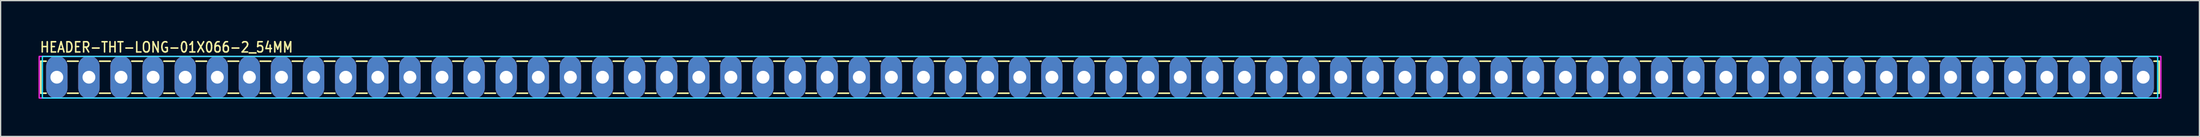
<source format=kicad_pcb>
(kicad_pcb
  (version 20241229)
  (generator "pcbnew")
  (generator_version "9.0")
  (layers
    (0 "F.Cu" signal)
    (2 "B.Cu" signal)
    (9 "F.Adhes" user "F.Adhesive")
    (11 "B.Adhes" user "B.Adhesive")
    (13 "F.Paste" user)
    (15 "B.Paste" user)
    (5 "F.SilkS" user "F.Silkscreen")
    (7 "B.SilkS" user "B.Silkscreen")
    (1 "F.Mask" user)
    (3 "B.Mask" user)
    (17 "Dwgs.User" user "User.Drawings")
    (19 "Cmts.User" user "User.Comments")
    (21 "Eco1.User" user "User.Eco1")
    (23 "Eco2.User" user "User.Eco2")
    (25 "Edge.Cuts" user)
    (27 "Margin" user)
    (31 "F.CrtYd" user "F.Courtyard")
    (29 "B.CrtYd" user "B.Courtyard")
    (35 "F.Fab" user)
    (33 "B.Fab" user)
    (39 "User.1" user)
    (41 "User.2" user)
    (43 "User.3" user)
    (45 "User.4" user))
  (footprint "HEADER-THT-LONG-01X066-2_54MM"
    (layer "F.Cu")
    (at 1.447 3.079)
    (property "Reference" "HEADER-THT-LONG-01X066-2_54MM" (at -1.4 -1.9 0) (unlocked yes) (layer "F.SilkS") (effects (font (size 0.813 0.695) (thickness 0.122)) (justify left bottom)))
    (fp_line (start -1.27 -1.27) (end -1.27 1.27) (stroke (width 0.127) (type solid)) (layer "F.SilkS"))
    (fp_line (start -1.27 1.27) (end -0.85 1.27) (stroke (width 0.127) (type solid)) (layer "F.SilkS"))
    (fp_line (start -0.85 -1.27) (end -1.27 -1.27) (stroke (width 0.127) (type solid)) (layer "F.SilkS"))
    (fp_line (start 0.85 -1.27) (end 1.69 -1.27) (stroke (width 0.127) (type solid)) (layer "F.SilkS"))
    (fp_line (start 0.85 1.27) (end 1.69 1.27) (stroke (width 0.127) (type solid)) (layer "F.SilkS"))
    (fp_line (start 3.39 -1.27) (end 4.23 -1.27) (stroke (width 0.127) (type solid)) (layer "F.SilkS"))
    (fp_line (start 3.39 1.27) (end 4.23 1.27) (stroke (width 0.127) (type solid)) (layer "F.SilkS"))
    (fp_line (start 5.93 -1.27) (end 6.77 -1.27) (stroke (width 0.127) (type solid)) (layer "F.SilkS"))
    (fp_line (start 5.93 1.27) (end 6.77 1.27) (stroke (width 0.127) (type solid)) (layer "F.SilkS"))
    (fp_line (start 8.47 -1.27) (end 9.31 -1.27) (stroke (width 0.127) (type solid)) (layer "F.SilkS"))
    (fp_line (start 8.47 1.27) (end 9.31 1.27) (stroke (width 0.127) (type solid)) (layer "F.SilkS"))
    (fp_line (start 11.01 -1.27) (end 11.85 -1.27) (stroke (width 0.127) (type solid)) (layer "F.SilkS"))
    (fp_line (start 11.01 1.27) (end 11.85 1.27) (stroke (width 0.127) (type solid)) (layer "F.SilkS"))
    (fp_line (start 13.55 -1.27) (end 14.39 -1.27) (stroke (width 0.127) (type solid)) (layer "F.SilkS"))
    (fp_line (start 13.55 1.27) (end 14.39 1.27) (stroke (width 0.127) (type solid)) (layer "F.SilkS"))
    (fp_line (start 16.09 -1.27) (end 16.93 -1.27) (stroke (width 0.127) (type solid)) (layer "F.SilkS"))
    (fp_line (start 16.09 1.27) (end 16.93 1.27) (stroke (width 0.127) (type solid)) (layer "F.SilkS"))
    (fp_line (start 18.63 -1.27) (end 19.47 -1.27) (stroke (width 0.127) (type solid)) (layer "F.SilkS"))
    (fp_line (start 18.63 1.27) (end 19.47 1.27) (stroke (width 0.127) (type solid)) (layer "F.SilkS"))
    (fp_line (start 21.17 -1.27) (end 22.01 -1.27) (stroke (width 0.127) (type solid)) (layer "F.SilkS"))
    (fp_line (start 21.17 1.27) (end 22.01 1.27) (stroke (width 0.127) (type solid)) (layer "F.SilkS"))
    (fp_line (start 23.71 -1.27) (end 24.55 -1.27) (stroke (width 0.127) (type solid)) (layer "F.SilkS"))
    (fp_line (start 23.71 1.27) (end 24.55 1.27) (stroke (width 0.127) (type solid)) (layer "F.SilkS"))
    (fp_line (start 26.25 -1.27) (end 27.09 -1.27) (stroke (width 0.127) (type solid)) (layer "F.SilkS"))
    (fp_line (start 26.25 1.27) (end 27.09 1.27) (stroke (width 0.127) (type solid)) (layer "F.SilkS"))
    (fp_line (start 28.79 -1.27) (end 29.63 -1.27) (stroke (width 0.127) (type solid)) (layer "F.SilkS"))
    (fp_line (start 28.79 1.27) (end 29.63 1.27) (stroke (width 0.127) (type solid)) (layer "F.SilkS"))
    (fp_line (start 31.33 -1.27) (end 32.17 -1.27) (stroke (width 0.127) (type solid)) (layer "F.SilkS"))
    (fp_line (start 31.33 1.27) (end 32.17 1.27) (stroke (width 0.127) (type solid)) (layer "F.SilkS"))
    (fp_line (start 33.87 -1.27) (end 34.71 -1.27) (stroke (width 0.127) (type solid)) (layer "F.SilkS"))
    (fp_line (start 33.87 1.27) (end 34.71 1.27) (stroke (width 0.127) (type solid)) (layer "F.SilkS"))
    (fp_line (start 36.41 -1.27) (end 37.25 -1.27) (stroke (width 0.127) (type solid)) (layer "F.SilkS"))
    (fp_line (start 36.41 1.27) (end 37.25 1.27) (stroke (width 0.127) (type solid)) (layer "F.SilkS"))
    (fp_line (start 38.95 -1.27) (end 39.79 -1.27) (stroke (width 0.127) (type solid)) (layer "F.SilkS"))
    (fp_line (start 38.95 1.27) (end 39.79 1.27) (stroke (width 0.127) (type solid)) (layer "F.SilkS"))
    (fp_line (start 41.49 -1.27) (end 42.33 -1.27) (stroke (width 0.127) (type solid)) (layer "F.SilkS"))
    (fp_line (start 41.49 1.27) (end 42.33 1.27) (stroke (width 0.127) (type solid)) (layer "F.SilkS"))
    (fp_line (start 44.03 -1.27) (end 44.87 -1.27) (stroke (width 0.127) (type solid)) (layer "F.SilkS"))
    (fp_line (start 44.03 1.27) (end 44.87 1.27) (stroke (width 0.127) (type solid)) (layer "F.SilkS"))
    (fp_line (start 46.57 -1.27) (end 47.41 -1.27) (stroke (width 0.127) (type solid)) (layer "F.SilkS"))
    (fp_line (start 46.57 1.27) (end 47.41 1.27) (stroke (width 0.127) (type solid)) (layer "F.SilkS"))
    (fp_line (start 49.11 -1.27) (end 49.95 -1.27) (stroke (width 0.127) (type solid)) (layer "F.SilkS"))
    (fp_line (start 49.11 1.27) (end 49.95 1.27) (stroke (width 0.127) (type solid)) (layer "F.SilkS"))
    (fp_line (start 51.65 -1.27) (end 52.49 -1.27) (stroke (width 0.127) (type solid)) (layer "F.SilkS"))
    (fp_line (start 51.65 1.27) (end 52.49 1.27) (stroke (width 0.127) (type solid)) (layer "F.SilkS"))
    (fp_line (start 54.19 -1.27) (end 55.03 -1.27) (stroke (width 0.127) (type solid)) (layer "F.SilkS"))
    (fp_line (start 54.19 1.27) (end 55.03 1.27) (stroke (width 0.127) (type solid)) (layer "F.SilkS"))
    (fp_line (start 56.73 -1.27) (end 57.57 -1.27) (stroke (width 0.127) (type solid)) (layer "F.SilkS"))
    (fp_line (start 56.73 1.27) (end 57.57 1.27) (stroke (width 0.127) (type solid)) (layer "F.SilkS"))
    (fp_line (start 59.27 -1.27) (end 60.11 -1.27) (stroke (width 0.127) (type solid)) (layer "F.SilkS"))
    (fp_line (start 59.27 1.27) (end 60.11 1.27) (stroke (width 0.127) (type solid)) (layer "F.SilkS"))
    (fp_line (start 61.81 -1.27) (end 62.65 -1.27) (stroke (width 0.127) (type solid)) (layer "F.SilkS"))
    (fp_line (start 61.81 1.27) (end 62.65 1.27) (stroke (width 0.127) (type solid)) (layer "F.SilkS"))
    (fp_line (start 64.35 -1.27) (end 65.19 -1.27) (stroke (width 0.127) (type solid)) (layer "F.SilkS"))
    (fp_line (start 64.35 1.27) (end 65.19 1.27) (stroke (width 0.127) (type solid)) (layer "F.SilkS"))
    (fp_line (start 66.89 -1.27) (end 67.73 -1.27) (stroke (width 0.127) (type solid)) (layer "F.SilkS"))
    (fp_line (start 66.89 1.27) (end 67.73 1.27) (stroke (width 0.127) (type solid)) (layer "F.SilkS"))
    (fp_line (start 69.43 -1.27) (end 70.27 -1.27) (stroke (width 0.127) (type solid)) (layer "F.SilkS"))
    (fp_line (start 69.43 1.27) (end 70.27 1.27) (stroke (width 0.127) (type solid)) (layer "F.SilkS"))
    (fp_line (start 71.97 -1.27) (end 72.81 -1.27) (stroke (width 0.127) (type solid)) (layer "F.SilkS"))
    (fp_line (start 71.97 1.27) (end 72.81 1.27) (stroke (width 0.127) (type solid)) (layer "F.SilkS"))
    (fp_line (start 74.51 -1.27) (end 75.35 -1.27) (stroke (width 0.127) (type solid)) (layer "F.SilkS"))
    (fp_line (start 74.51 1.27) (end 75.35 1.27) (stroke (width 0.127) (type solid)) (layer "F.SilkS"))
    (fp_line (start 77.05 -1.27) (end 77.89 -1.27) (stroke (width 0.127) (type solid)) (layer "F.SilkS"))
    (fp_line (start 77.05 1.27) (end 77.89 1.27) (stroke (width 0.127) (type solid)) (layer "F.SilkS"))
    (fp_line (start 79.59 -1.27) (end 80.43 -1.27) (stroke (width 0.127) (type solid)) (layer "F.SilkS"))
    (fp_line (start 79.59 1.27) (end 80.43 1.27) (stroke (width 0.127) (type solid)) (layer "F.SilkS"))
    (fp_line (start 82.13 -1.27) (end 82.97 -1.27) (stroke (width 0.127) (type solid)) (layer "F.SilkS"))
    (fp_line (start 82.13 1.27) (end 82.97 1.27) (stroke (width 0.127) (type solid)) (layer "F.SilkS"))
    (fp_line (start 84.67 -1.27) (end 85.51 -1.27) (stroke (width 0.127) (type solid)) (layer "F.SilkS"))
    (fp_line (start 84.67 1.27) (end 85.51 1.27) (stroke (width 0.127) (type solid)) (layer "F.SilkS"))
    (fp_line (start 87.21 -1.27) (end 88.05 -1.27) (stroke (width 0.127) (type solid)) (layer "F.SilkS"))
    (fp_line (start 87.21 1.27) (end 88.05 1.27) (stroke (width 0.127) (type solid)) (layer "F.SilkS"))
    (fp_line (start 89.75 -1.27) (end 90.59 -1.27) (stroke (width 0.127) (type solid)) (layer "F.SilkS"))
    (fp_line (start 89.75 1.27) (end 90.59 1.27) (stroke (width 0.127) (type solid)) (layer "F.SilkS"))
    (fp_line (start 92.29 -1.27) (end 93.13 -1.27) (stroke (width 0.127) (type solid)) (layer "F.SilkS"))
    (fp_line (start 92.29 1.27) (end 93.13 1.27) (stroke (width 0.127) (type solid)) (layer "F.SilkS"))
    (fp_line (start 94.83 -1.27) (end 95.67 -1.27) (stroke (width 0.127) (type solid)) (layer "F.SilkS"))
    (fp_line (start 94.83 1.27) (end 95.67 1.27) (stroke (width 0.127) (type solid)) (layer "F.SilkS"))
    (fp_line (start 97.37 -1.27) (end 98.21 -1.27) (stroke (width 0.127) (type solid)) (layer "F.SilkS"))
    (fp_line (start 97.37 1.27) (end 98.21 1.27) (stroke (width 0.127) (type solid)) (layer "F.SilkS"))
    (fp_line (start 99.91 -1.27) (end 100.75 -1.27) (stroke (width 0.127) (type solid)) (layer "F.SilkS"))
    (fp_line (start 99.91 1.27) (end 100.75 1.27) (stroke (width 0.127) (type solid)) (layer "F.SilkS"))
    (fp_line (start 102.45 -1.27) (end 103.29 -1.27) (stroke (width 0.127) (type solid)) (layer "F.SilkS"))
    (fp_line (start 102.45 1.27) (end 103.29 1.27) (stroke (width 0.127) (type solid)) (layer "F.SilkS"))
    (fp_line (start 104.99 -1.27) (end 105.83 -1.27) (stroke (width 0.127) (type solid)) (layer "F.SilkS"))
    (fp_line (start 104.99 1.27) (end 105.83 1.27) (stroke (width 0.127) (type solid)) (layer "F.SilkS"))
    (fp_line (start 107.53 -1.27) (end 108.37 -1.27) (stroke (width 0.127) (type solid)) (layer "F.SilkS"))
    (fp_line (start 107.53 1.27) (end 108.37 1.27) (stroke (width 0.127) (type solid)) (layer "F.SilkS"))
    (fp_line (start 110.07 -1.27) (end 110.91 -1.27) (stroke (width 0.127) (type solid)) (layer "F.SilkS"))
    (fp_line (start 110.07 1.27) (end 110.91 1.27) (stroke (width 0.127) (type solid)) (layer "F.SilkS"))
    (fp_line (start 112.61 -1.27) (end 113.45 -1.27) (stroke (width 0.127) (type solid)) (layer "F.SilkS"))
    (fp_line (start 112.61 1.27) (end 113.45 1.27) (stroke (width 0.127) (type solid)) (layer "F.SilkS"))
    (fp_line (start 115.15 -1.27) (end 115.99 -1.27) (stroke (width 0.127) (type solid)) (layer "F.SilkS"))
    (fp_line (start 115.15 1.27) (end 115.99 1.27) (stroke (width 0.127) (type solid)) (layer "F.SilkS"))
    (fp_line (start 117.69 -1.27) (end 118.53 -1.27) (stroke (width 0.127) (type solid)) (layer "F.SilkS"))
    (fp_line (start 117.69 1.27) (end 118.53 1.27) (stroke (width 0.127) (type solid)) (layer "F.SilkS"))
    (fp_line (start 120.23 -1.27) (end 121.07 -1.27) (stroke (width 0.127) (type solid)) (layer "F.SilkS"))
    (fp_line (start 120.23 1.27) (end 121.07 1.27) (stroke (width 0.127) (type solid)) (layer "F.SilkS"))
    (fp_line (start 122.77 -1.27) (end 123.61 -1.27) (stroke (width 0.127) (type solid)) (layer "F.SilkS"))
    (fp_line (start 122.77 1.27) (end 123.61 1.27) (stroke (width 0.127) (type solid)) (layer "F.SilkS"))
    (fp_line (start 125.31 -1.27) (end 126.15 -1.27) (stroke (width 0.127) (type solid)) (layer "F.SilkS"))
    (fp_line (start 125.31 1.27) (end 126.15 1.27) (stroke (width 0.127) (type solid)) (layer "F.SilkS"))
    (fp_line (start 127.85 -1.27) (end 128.69 -1.27) (stroke (width 0.127) (type solid)) (layer "F.SilkS"))
    (fp_line (start 127.85 1.27) (end 128.69 1.27) (stroke (width 0.127) (type solid)) (layer "F.SilkS"))
    (fp_line (start 130.39 -1.27) (end 131.23 -1.27) (stroke (width 0.127) (type solid)) (layer "F.SilkS"))
    (fp_line (start 130.39 1.27) (end 131.23 1.27) (stroke (width 0.127) (type solid)) (layer "F.SilkS"))
    (fp_line (start 132.93 -1.27) (end 133.77 -1.27) (stroke (width 0.127) (type solid)) (layer "F.SilkS"))
    (fp_line (start 132.93 1.27) (end 133.77 1.27) (stroke (width 0.127) (type solid)) (layer "F.SilkS"))
    (fp_line (start 135.47 -1.27) (end 136.31 -1.27) (stroke (width 0.127) (type solid)) (layer "F.SilkS"))
    (fp_line (start 135.47 1.27) (end 136.31 1.27) (stroke (width 0.127) (type solid)) (layer "F.SilkS"))
    (fp_line (start 138.01 -1.27) (end 138.85 -1.27) (stroke (width 0.127) (type solid)) (layer "F.SilkS"))
    (fp_line (start 138.01 1.27) (end 138.85 1.27) (stroke (width 0.127) (type solid)) (layer "F.SilkS"))
    (fp_line (start 140.55 -1.27) (end 141.39 -1.27) (stroke (width 0.127) (type solid)) (layer "F.SilkS"))
    (fp_line (start 140.55 1.27) (end 141.39 1.27) (stroke (width 0.127) (type solid)) (layer "F.SilkS"))
    (fp_line (start 143.09 -1.27) (end 143.93 -1.27) (stroke (width 0.127) (type solid)) (layer "F.SilkS"))
    (fp_line (start 143.09 1.27) (end 143.93 1.27) (stroke (width 0.127) (type solid)) (layer "F.SilkS"))
    (fp_line (start 145.63 -1.27) (end 146.47 -1.27) (stroke (width 0.127) (type solid)) (layer "F.SilkS"))
    (fp_line (start 145.63 1.27) (end 146.47 1.27) (stroke (width 0.127) (type solid)) (layer "F.SilkS"))
    (fp_line (start 148.17 -1.27) (end 149.01 -1.27) (stroke (width 0.127) (type solid)) (layer "F.SilkS"))
    (fp_line (start 148.17 1.27) (end 149.01 1.27) (stroke (width 0.127) (type solid)) (layer "F.SilkS"))
    (fp_line (start 150.71 -1.27) (end 151.55 -1.27) (stroke (width 0.127) (type solid)) (layer "F.SilkS"))
    (fp_line (start 150.71 1.27) (end 151.55 1.27) (stroke (width 0.127) (type solid)) (layer "F.SilkS"))
    (fp_line (start 153.25 -1.27) (end 154.09 -1.27) (stroke (width 0.127) (type solid)) (layer "F.SilkS"))
    (fp_line (start 153.25 1.27) (end 154.09 1.27) (stroke (width 0.127) (type solid)) (layer "F.SilkS"))
    (fp_line (start 155.79 -1.27) (end 156.63 -1.27) (stroke (width 0.127) (type solid)) (layer "F.SilkS"))
    (fp_line (start 155.79 1.27) (end 156.63 1.27) (stroke (width 0.127) (type solid)) (layer "F.SilkS"))
    (fp_line (start 158.33 -1.27) (end 159.17 -1.27) (stroke (width 0.127) (type solid)) (layer "F.SilkS"))
    (fp_line (start 158.33 1.27) (end 159.17 1.27) (stroke (width 0.127) (type solid)) (layer "F.SilkS"))
    (fp_line (start 160.87 -1.27) (end 161.71 -1.27) (stroke (width 0.127) (type solid)) (layer "F.SilkS"))
    (fp_line (start 160.87 1.27) (end 161.71 1.27) (stroke (width 0.127) (type solid)) (layer "F.SilkS"))
    (fp_line (start 163.41 -1.27) (end 164.25 -1.27) (stroke (width 0.127) (type solid)) (layer "F.SilkS"))
    (fp_line (start 163.41 1.27) (end 164.25 1.27) (stroke (width 0.127) (type solid)) (layer "F.SilkS"))
    (fp_line (start 165.95 -1.27) (end 166.37 -1.27) (stroke (width 0.127) (type solid)) (layer "F.SilkS"))
    (fp_line (start 166.37 -1.27) (end 166.37 1.27) (stroke (width 0.127) (type solid)) (layer "F.SilkS"))
    (fp_line (start 166.37 1.27) (end 165.95 1.27) (stroke (width 0.127) (type solid)) (layer "F.SilkS"))
    (fp_poly (pts (xy -1.143 -1.651) (xy 166.243 -1.651) (xy 166.243 1.651) (xy -1.143 1.651)) (stroke (width 0.1) (type solid)) (fill no) (layer "B.CrtYd"))
    (fp_poly (pts (xy -1.397 -1.651) (xy 166.497 -1.651) (xy 166.497 1.651) (xy -1.397 1.651)) (stroke (width 0.1) (type solid)) (fill no) (layer "F.CrtYd"))
    (pad "1" thru_hole oval (at 0 0 90) (size 3.387 1.693) (drill 1.016) (layers "*.Cu" "*.Mask"))
    (pad "2" thru_hole oval (at 2.54 0 90) (size 3.387 1.693) (drill 1.016) (layers "*.Cu" "*.Mask"))
    (pad "3" thru_hole oval (at 5.08 0 90) (size 3.387 1.693) (drill 1.016) (layers "*.Cu" "*.Mask"))
    (pad "4" thru_hole oval (at 7.62 0 90) (size 3.387 1.693) (drill 1.016) (layers "*.Cu" "*.Mask"))
    (pad "5" thru_hole oval (at 10.16 0 90) (size 3.387 1.693) (drill 1.016) (layers "*.Cu" "*.Mask"))
    (pad "6" thru_hole oval (at 12.7 0 90) (size 3.387 1.693) (drill 1.016) (layers "*.Cu" "*.Mask"))
    (pad "7" thru_hole oval (at 15.24 0 90) (size 3.387 1.693) (drill 1.016) (layers "*.Cu" "*.Mask"))
    (pad "8" thru_hole oval (at 17.78 0 90) (size 3.387 1.693) (drill 1.016) (layers "*.Cu" "*.Mask"))
    (pad "9" thru_hole oval (at 20.32 0 90) (size 3.387 1.693) (drill 1.016) (layers "*.Cu" "*.Mask"))
    (pad "10" thru_hole oval (at 22.86 0 90) (size 3.387 1.693) (drill 1.016) (layers "*.Cu" "*.Mask"))
    (pad "11" thru_hole oval (at 25.4 0 90) (size 3.387 1.693) (drill 1.016) (layers "*.Cu" "*.Mask"))
    (pad "12" thru_hole oval (at 27.94 0 90) (size 3.387 1.693) (drill 1.016) (layers "*.Cu" "*.Mask"))
    (pad "13" thru_hole oval (at 30.48 0 90) (size 3.387 1.693) (drill 1.016) (layers "*.Cu" "*.Mask"))
    (pad "14" thru_hole oval (at 33.02 0 90) (size 3.387 1.693) (drill 1.016) (layers "*.Cu" "*.Mask"))
    (pad "15" thru_hole oval (at 35.56 0 90) (size 3.387 1.693) (drill 1.016) (layers "*.Cu" "*.Mask"))
    (pad "16" thru_hole oval (at 38.1 0 90) (size 3.387 1.693) (drill 1.016) (layers "*.Cu" "*.Mask"))
    (pad "17" thru_hole oval (at 40.64 0 90) (size 3.387 1.693) (drill 1.016) (layers "*.Cu" "*.Mask"))
    (pad "18" thru_hole oval (at 43.18 0 90) (size 3.387 1.693) (drill 1.016) (layers "*.Cu" "*.Mask"))
    (pad "19" thru_hole oval (at 45.72 0 90) (size 3.387 1.693) (drill 1.016) (layers "*.Cu" "*.Mask"))
    (pad "20" thru_hole oval (at 48.26 0 90) (size 3.387 1.693) (drill 1.016) (layers "*.Cu" "*.Mask"))
    (pad "21" thru_hole oval (at 50.8 0 90) (size 3.387 1.693) (drill 1.016) (layers "*.Cu" "*.Mask"))
    (pad "22" thru_hole oval (at 53.34 0 90) (size 3.387 1.693) (drill 1.016) (layers "*.Cu" "*.Mask"))
    (pad "23" thru_hole oval (at 55.88 0 90) (size 3.387 1.693) (drill 1.016) (layers "*.Cu" "*.Mask"))
    (pad "24" thru_hole oval (at 58.42 0 90) (size 3.387 1.693) (drill 1.016) (layers "*.Cu" "*.Mask"))
    (pad "25" thru_hole oval (at 60.96 0 90) (size 3.387 1.693) (drill 1.016) (layers "*.Cu" "*.Mask"))
    (pad "26" thru_hole oval (at 63.5 0 90) (size 3.387 1.693) (drill 1.016) (layers "*.Cu" "*.Mask"))
    (pad "27" thru_hole oval (at 66.04 0 90) (size 3.387 1.693) (drill 1.016) (layers "*.Cu" "*.Mask"))
    (pad "28" thru_hole oval (at 68.58 0 90) (size 3.387 1.693) (drill 1.016) (layers "*.Cu" "*.Mask"))
    (pad "29" thru_hole oval (at 71.12 0 90) (size 3.387 1.693) (drill 1.016) (layers "*.Cu" "*.Mask"))
    (pad "30" thru_hole oval (at 73.66 0 90) (size 3.387 1.693) (drill 1.016) (layers "*.Cu" "*.Mask"))
    (pad "31" thru_hole oval (at 76.2 0 90) (size 3.387 1.693) (drill 1.016) (layers "*.Cu" "*.Mask"))
    (pad "32" thru_hole oval (at 78.74 0 90) (size 3.387 1.693) (drill 1.016) (layers "*.Cu" "*.Mask"))
    (pad "33" thru_hole oval (at 81.28 0 90) (size 3.387 1.693) (drill 1.016) (layers "*.Cu" "*.Mask"))
    (pad "34" thru_hole oval (at 83.82 0 90) (size 3.387 1.693) (drill 1.016) (layers "*.Cu" "*.Mask"))
    (pad "35" thru_hole oval (at 86.36 0 90) (size 3.387 1.693) (drill 1.016) (layers "*.Cu" "*.Mask"))
    (pad "36" thru_hole oval (at 88.9 0 90) (size 3.387 1.693) (drill 1.016) (layers "*.Cu" "*.Mask"))
    (pad "37" thru_hole oval (at 91.44 0 90) (size 3.387 1.693) (drill 1.016) (layers "*.Cu" "*.Mask"))
    (pad "38" thru_hole oval (at 93.98 0 90) (size 3.387 1.693) (drill 1.016) (layers "*.Cu" "*.Mask"))
    (pad "39" thru_hole oval (at 96.52 0 90) (size 3.387 1.693) (drill 1.016) (layers "*.Cu" "*.Mask"))
    (pad "40" thru_hole oval (at 99.06 0 90) (size 3.387 1.693) (drill 1.016) (layers "*.Cu" "*.Mask"))
    (pad "41" thru_hole oval (at 101.6 0 90) (size 3.387 1.693) (drill 1.016) (layers "*.Cu" "*.Mask"))
    (pad "42" thru_hole oval (at 104.14 0 90) (size 3.387 1.693) (drill 1.016) (layers "*.Cu" "*.Mask"))
    (pad "43" thru_hole oval (at 106.68 0 90) (size 3.387 1.693) (drill 1.016) (layers "*.Cu" "*.Mask"))
    (pad "44" thru_hole oval (at 109.22 0 90) (size 3.387 1.693) (drill 1.016) (layers "*.Cu" "*.Mask"))
    (pad "45" thru_hole oval (at 111.76 0 90) (size 3.387 1.693) (drill 1.016) (layers "*.Cu" "*.Mask"))
    (pad "46" thru_hole oval (at 114.3 0 90) (size 3.387 1.693) (drill 1.016) (layers "*.Cu" "*.Mask"))
    (pad "47" thru_hole oval (at 116.84 0 90) (size 3.387 1.693) (drill 1.016) (layers "*.Cu" "*.Mask"))
    (pad "48" thru_hole oval (at 119.38 0 90) (size 3.387 1.693) (drill 1.016) (layers "*.Cu" "*.Mask"))
    (pad "49" thru_hole oval (at 121.92 0 90) (size 3.387 1.693) (drill 1.016) (layers "*.Cu" "*.Mask"))
    (pad "50" thru_hole oval (at 124.46 0 90) (size 3.387 1.693) (drill 1.016) (layers "*.Cu" "*.Mask"))
    (pad "51" thru_hole oval (at 127 0 90) (size 3.387 1.693) (drill 1.016) (layers "*.Cu" "*.Mask"))
    (pad "52" thru_hole oval (at 129.54 0 90) (size 3.387 1.693) (drill 1.016) (layers "*.Cu" "*.Mask"))
    (pad "53" thru_hole oval (at 132.08 0 90) (size 3.387 1.693) (drill 1.016) (layers "*.Cu" "*.Mask"))
    (pad "54" thru_hole oval (at 134.62 0 90) (size 3.387 1.693) (drill 1.016) (layers "*.Cu" "*.Mask"))
    (pad "55" thru_hole oval (at 137.16 0 90) (size 3.387 1.693) (drill 1.016) (layers "*.Cu" "*.Mask"))
    (pad "56" thru_hole oval (at 139.7 0 90) (size 3.387 1.693) (drill 1.016) (layers "*.Cu" "*.Mask"))
    (pad "57" thru_hole oval (at 142.24 0 90) (size 3.387 1.693) (drill 1.016) (layers "*.Cu" "*.Mask"))
    (pad "58" thru_hole oval (at 144.78 0 90) (size 3.387 1.693) (drill 1.016) (layers "*.Cu" "*.Mask"))
    (pad "59" thru_hole oval (at 147.32 0 90) (size 3.387 1.693) (drill 1.016) (layers "*.Cu" "*.Mask"))
    (pad "60" thru_hole oval (at 149.86 0 90) (size 3.387 1.693) (drill 1.016) (layers "*.Cu" "*.Mask"))
    (pad "61" thru_hole oval (at 152.4 0 90) (size 3.387 1.693) (drill 1.016) (layers "*.Cu" "*.Mask"))
    (pad "62" thru_hole oval (at 154.94 0 90) (size 3.387 1.693) (drill 1.016) (layers "*.Cu" "*.Mask"))
    (pad "63" thru_hole oval (at 157.48 0 90) (size 3.387 1.693) (drill 1.016) (layers "*.Cu" "*.Mask"))
    (pad "64" thru_hole oval (at 160.02 0 90) (size 3.387 1.693) (drill 1.016) (layers "*.Cu" "*.Mask"))
    (pad "65" thru_hole oval (at 162.56 0 90) (size 3.387 1.693) (drill 1.016) (layers "*.Cu" "*.Mask"))
    (pad "66" thru_hole oval (at 165.1 0 90) (size 3.387 1.693) (drill 1.016) (layers "*.Cu" "*.Mask")))
  (gr_rect
    (start -3 -3)
    (end 170.994 7.78)
    (stroke (width 0.1) (type default))
    (fill no)
    (layer "Edge.Cuts")))
</source>
